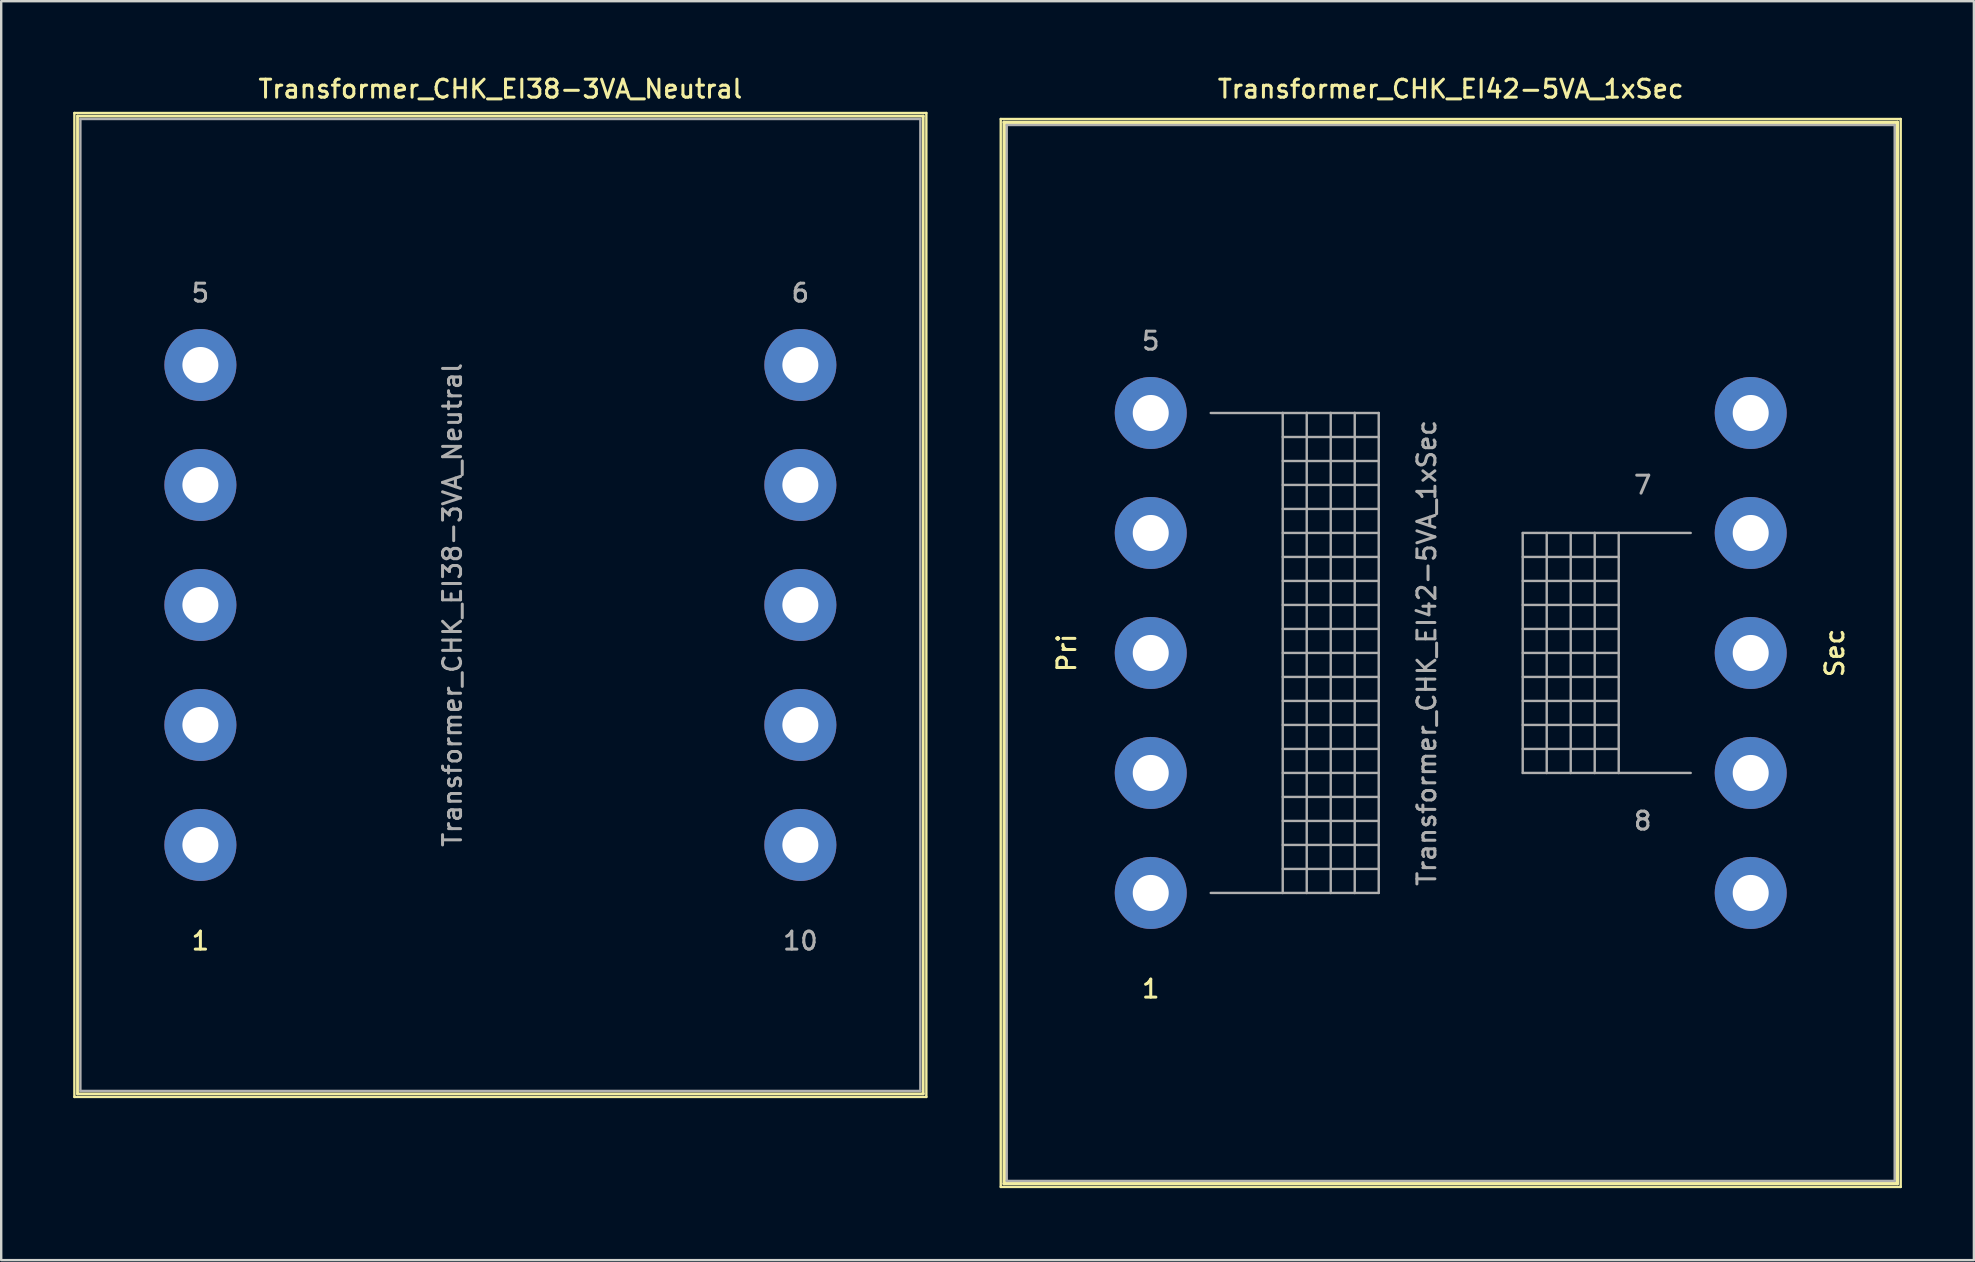
<source format=kicad_pcb>
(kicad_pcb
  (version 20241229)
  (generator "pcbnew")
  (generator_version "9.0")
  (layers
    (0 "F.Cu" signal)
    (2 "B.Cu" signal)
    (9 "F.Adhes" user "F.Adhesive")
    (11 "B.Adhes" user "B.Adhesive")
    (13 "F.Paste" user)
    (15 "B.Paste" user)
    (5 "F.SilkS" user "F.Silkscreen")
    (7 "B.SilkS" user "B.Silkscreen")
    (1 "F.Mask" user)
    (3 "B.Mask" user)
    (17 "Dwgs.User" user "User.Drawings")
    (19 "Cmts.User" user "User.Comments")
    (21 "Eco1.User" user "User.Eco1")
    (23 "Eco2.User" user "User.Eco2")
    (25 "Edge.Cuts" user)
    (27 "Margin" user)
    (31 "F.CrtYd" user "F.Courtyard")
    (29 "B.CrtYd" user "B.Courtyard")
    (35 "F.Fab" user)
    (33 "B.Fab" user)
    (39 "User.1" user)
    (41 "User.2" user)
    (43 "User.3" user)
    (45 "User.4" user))
  (footprint "Transformer_CHK_EI38-3VA_Neutral"
    (layer "F.Cu")
    (at 5.3 32.158)
    (property "Reference" "Transformer_CHK_EI38-3VA_Neutral" (at 12.5 -31.5 0) (layer "F.SilkS") (effects (font (size 0.75 0.75) (thickness 0.125))))
    (attr through_hole)
    (fp_line (start -5.25 -30.5) (end -5.25 10.5) (stroke (width 0.1) (type solid)) (layer "F.SilkS"))
    (fp_line (start -5.25 -30.5) (end 30.25 -30.5) (stroke (width 0.1) (type solid)) (layer "F.SilkS"))
    (fp_line (start -5.12 -30.37) (end -5.12 10.37) (stroke (width 0.12) (type solid)) (layer "F.SilkS"))
    (fp_line (start -5.12 -30.37) (end 30.12 -30.37) (stroke (width 0.12) (type solid)) (layer "F.SilkS"))
    (fp_line (start 30.12 10.37) (end -5.12 10.37) (stroke (width 0.12) (type solid)) (layer "F.SilkS"))
    (fp_line (start 30.12 10.37) (end 30.12 -30.37) (stroke (width 0.12) (type solid)) (layer "F.SilkS"))
    (fp_line (start 30.25 10.5) (end -5.25 10.5) (stroke (width 0.1) (type solid)) (layer "F.SilkS"))
    (fp_line (start 30.25 10.5) (end 30.25 -30.5) (stroke (width 0.1) (type solid)) (layer "F.SilkS"))
    (fp_line (start -5 -30.25) (end -5 10.25) (stroke (width 0.1) (type solid)) (layer "F.Fab"))
    (fp_line (start -5 10.25) (end 30 10.25) (stroke (width 0.1) (type solid)) (layer "F.Fab"))
    (fp_line (start 30 -30.25) (end -5 -30.25) (stroke (width 0.1) (type solid)) (layer "F.Fab"))
    (fp_line (start 30 10.25) (end 30 -30.25) (stroke (width 0.1) (type solid)) (layer "F.Fab"))
    (fp_text user "1" (at 0 4 0) (layer "F.SilkS") (effects (font (size 0.75 0.75) (thickness 0.125))))
    (fp_text user "6" (at 25 -23 0) (layer "F.Fab") (effects (font (size 0.75 0.75) (thickness 0.125))))
    (fp_text user "5" (at 0 -23 0) (layer "F.Fab") (effects (font (size 0.75 0.75) (thickness 0.125))))
    (fp_text user "10" (at 25 4 0) (layer "F.Fab") (effects (font (size 0.75 0.75) (thickness 0.125))))
    (fp_text user "${REFERENCE}" (at 10.5 -10 90) (layer "F.Fab") (effects (font (size 0.75 0.75) (thickness 0.125))))
    (pad "1" thru_hole circle (at 0 0) (size 3 3) (drill 1.5) (layers "*.Cu" "*.Mask"))
    (pad "2" thru_hole circle (at 0 -5) (size 3 3) (drill 1.5) (layers "*.Cu" "*.Mask"))
    (pad "3" thru_hole circle (at 0 -10) (size 3 3) (drill 1.5) (layers "*.Cu" "*.Mask"))
    (pad "4" thru_hole circle (at 0 -15) (size 3 3) (drill 1.5) (layers "*.Cu" "*.Mask"))
    (pad "5" thru_hole circle (at 0 -20) (size 3 3) (drill 1.5) (layers "*.Cu" "*.Mask"))
    (pad "6" thru_hole circle (at 25 -20) (size 3 3) (drill 1.5) (layers "*.Cu" "*.Mask"))
    (pad "7" thru_hole circle (at 25 -15) (size 3 3) (drill 1.5) (layers "*.Cu" "*.Mask"))
    (pad "8" thru_hole circle (at 25 -10) (size 3 3) (drill 1.5) (layers "*.Cu" "*.Mask"))
    (pad "9" thru_hole circle (at 25 -5) (size 3 3) (drill 1.5) (layers "*.Cu" "*.Mask"))
    (pad "10" thru_hole circle (at 25 0) (size 3 3) (drill 1.5) (layers "*.Cu" "*.Mask")))
  (footprint "Transformer_CHK_EI42-5VA_1xSec"
    (layer "F.Cu")
    (at 44.9 34.158)
    (property "Reference" "Transformer_CHK_EI42-5VA_1xSec" (at 12.5 -33.5 0) (layer "F.SilkS") (effects (font (size 0.75 0.75) (thickness 0.125))))
    (attr through_hole)
    (fp_line (start -6.25 -32.25) (end -6.25 12.25) (stroke (width 0.1) (type solid)) (layer "F.SilkS"))
    (fp_line (start -6.25 -32.25) (end 31.25 -32.25) (stroke (width 0.1) (type solid)) (layer "F.SilkS"))
    (fp_line (start -6.12 -32.12) (end -6.12 12.12) (stroke (width 0.12) (type solid)) (layer "F.SilkS"))
    (fp_line (start -6.12 -32.12) (end 31.12 -32.12) (stroke (width 0.12) (type solid)) (layer "F.SilkS"))
    (fp_line (start -6.05 -32.05) (end 31.05 -32.05) (stroke (width 0.12) (type solid)) (layer "F.SilkS"))
    (fp_line (start -6.05 12.05) (end -6.05 -32.05) (stroke (width 0.12) (type solid)) (layer "F.SilkS"))
    (fp_line (start 31.05 -32.05) (end 31.05 12.05) (stroke (width 0.12) (type solid)) (layer "F.SilkS"))
    (fp_line (start 31.05 12.05) (end -6.05 12.05) (stroke (width 0.12) (type solid)) (layer "F.SilkS"))
    (fp_line (start 31.12 12.12) (end -6.12 12.12) (stroke (width 0.12) (type solid)) (layer "F.SilkS"))
    (fp_line (start 31.12 12.12) (end 31.12 -32.12) (stroke (width 0.12) (type solid)) (layer "F.SilkS"))
    (fp_line (start 31.25 12.25) (end -6.25 12.25) (stroke (width 0.1) (type solid)) (layer "F.SilkS"))
    (fp_line (start 31.25 12.25) (end 31.25 -32.25) (stroke (width 0.1) (type solid)) (layer "F.SilkS"))
    (fp_line (start -6 -32) (end -6 12) (stroke (width 0.1) (type solid)) (layer "F.Fab"))
    (fp_line (start -6 12) (end 31 12) (stroke (width 0.1) (type solid)) (layer "F.Fab"))
    (fp_line (start 2.5 -20) (end 5.5 -20) (stroke (width 0.1) (type solid)) (layer "F.Fab"))
    (fp_line (start 5.5 -20) (end 5.5 0) (stroke (width 0.1) (type solid)) (layer "F.Fab"))
    (fp_line (start 5.5 -20) (end 6.5 -20) (stroke (width 0.1) (type solid)) (layer "F.Fab"))
    (fp_line (start 5.5 -19) (end 9.5 -19) (stroke (width 0.1) (type solid)) (layer "F.Fab"))
    (fp_line (start 5.5 -18) (end 9.5 -18) (stroke (width 0.1) (type solid)) (layer "F.Fab"))
    (fp_line (start 5.5 -17) (end 9.5 -17) (stroke (width 0.1) (type solid)) (layer "F.Fab"))
    (fp_line (start 5.5 -16) (end 9.5 -16) (stroke (width 0.1) (type solid)) (layer "F.Fab"))
    (fp_line (start 5.5 -15) (end 9.5 -15) (stroke (width 0.1) (type solid)) (layer "F.Fab"))
    (fp_line (start 5.5 -14) (end 9.5 -14) (stroke (width 0.1) (type solid)) (layer "F.Fab"))
    (fp_line (start 5.5 -13) (end 9.5 -13) (stroke (width 0.1) (type solid)) (layer "F.Fab"))
    (fp_line (start 5.5 -12) (end 9.5 -12) (stroke (width 0.1) (type solid)) (layer "F.Fab"))
    (fp_line (start 5.5 -11) (end 9.5 -11) (stroke (width 0.1) (type solid)) (layer "F.Fab"))
    (fp_line (start 5.5 -10) (end 9.5 -10) (stroke (width 0.1) (type solid)) (layer "F.Fab"))
    (fp_line (start 5.5 -9) (end 9.5 -9) (stroke (width 0.1) (type solid)) (layer "F.Fab"))
    (fp_line (start 5.5 -8) (end 9.5 -8) (stroke (width 0.1) (type solid)) (layer "F.Fab"))
    (fp_line (start 5.5 -7) (end 9.5 -7) (stroke (width 0.1) (type solid)) (layer "F.Fab"))
    (fp_line (start 5.5 -6) (end 9.5 -6) (stroke (width 0.1) (type solid)) (layer "F.Fab"))
    (fp_line (start 5.5 -5) (end 9.5 -5) (stroke (width 0.1) (type solid)) (layer "F.Fab"))
    (fp_line (start 5.5 -4) (end 9.5 -4) (stroke (width 0.1) (type solid)) (layer "F.Fab"))
    (fp_line (start 5.5 -3) (end 9.5 -3) (stroke (width 0.1) (type solid)) (layer "F.Fab"))
    (fp_line (start 5.5 -2) (end 9.5 -2) (stroke (width 0.1) (type solid)) (layer "F.Fab"))
    (fp_line (start 5.5 -1) (end 9.5 -1) (stroke (width 0.1) (type solid)) (layer "F.Fab"))
    (fp_line (start 5.5 0) (end 2.5 0) (stroke (width 0.1) (type solid)) (layer "F.Fab"))
    (fp_line (start 6.5 -20) (end 6.5 0) (stroke (width 0.1) (type solid)) (layer "F.Fab"))
    (fp_line (start 6.5 -20) (end 7.5 -20) (stroke (width 0.1) (type solid)) (layer "F.Fab"))
    (fp_line (start 6.5 0) (end 5.5 0) (stroke (width 0.1) (type solid)) (layer "F.Fab"))
    (fp_line (start 7.5 -20) (end 7.5 0) (stroke (width 0.1) (type solid)) (layer "F.Fab"))
    (fp_line (start 7.5 -20) (end 8.5 -20) (stroke (width 0.1) (type solid)) (layer "F.Fab"))
    (fp_line (start 7.5 0) (end 6.5 0) (stroke (width 0.1) (type solid)) (layer "F.Fab"))
    (fp_line (start 8.5 -20) (end 8.5 0) (stroke (width 0.1) (type solid)) (layer "F.Fab"))
    (fp_line (start 8.5 -20) (end 9.5 -20) (stroke (width 0.1) (type solid)) (layer "F.Fab"))
    (fp_line (start 8.5 0) (end 7.5 0) (stroke (width 0.1) (type solid)) (layer "F.Fab"))
    (fp_line (start 9.5 -20) (end 9.5 0) (stroke (width 0.1) (type solid)) (layer "F.Fab"))
    (fp_line (start 9.5 0) (end 8.5 0) (stroke (width 0.1) (type solid)) (layer "F.Fab"))
    (fp_line (start 15.5 -15) (end 15.5 -5) (stroke (width 0.1) (type solid)) (layer "F.Fab"))
    (fp_line (start 15.5 -14) (end 19.5 -14) (stroke (width 0.1) (type solid)) (layer "F.Fab"))
    (fp_line (start 15.5 -12) (end 19.5 -12) (stroke (width 0.1) (type solid)) (layer "F.Fab"))
    (fp_line (start 15.5 -10) (end 19.5 -10) (stroke (width 0.1) (type solid)) (layer "F.Fab"))
    (fp_line (start 15.5 -8) (end 19.5 -8) (stroke (width 0.1) (type solid)) (layer "F.Fab"))
    (fp_line (start 15.5 -6) (end 19.5 -6) (stroke (width 0.1) (type solid)) (layer "F.Fab"))
    (fp_line (start 15.5 -5) (end 16.5 -5) (stroke (width 0.1) (type solid)) (layer "F.Fab"))
    (fp_line (start 16.5 -15) (end 15.5 -15) (stroke (width 0.1) (type solid)) (layer "F.Fab"))
    (fp_line (start 16.5 -15) (end 16.5 -5) (stroke (width 0.1) (type solid)) (layer "F.Fab"))
    (fp_line (start 16.5 -5) (end 17.5 -5) (stroke (width 0.1) (type solid)) (layer "F.Fab"))
    (fp_line (start 17.5 -15) (end 16.5 -15) (stroke (width 0.1) (type solid)) (layer "F.Fab"))
    (fp_line (start 17.5 -15) (end 17.5 -5) (stroke (width 0.1) (type solid)) (layer "F.Fab"))
    (fp_line (start 17.5 -5) (end 18.5 -5) (stroke (width 0.1) (type solid)) (layer "F.Fab"))
    (fp_line (start 18.5 -15) (end 17.5 -15) (stroke (width 0.1) (type solid)) (layer "F.Fab"))
    (fp_line (start 18.5 -15) (end 18.5 -5) (stroke (width 0.1) (type solid)) (layer "F.Fab"))
    (fp_line (start 18.5 -5) (end 19.5 -5) (stroke (width 0.1) (type solid)) (layer "F.Fab"))
    (fp_line (start 19.5 -15) (end 18.5 -15) (stroke (width 0.1) (type solid)) (layer "F.Fab"))
    (fp_line (start 19.5 -15) (end 19.5 -5) (stroke (width 0.1) (type solid)) (layer "F.Fab"))
    (fp_line (start 19.5 -13) (end 15.5 -13) (stroke (width 0.1) (type solid)) (layer "F.Fab"))
    (fp_line (start 19.5 -11) (end 15.5 -11) (stroke (width 0.1) (type solid)) (layer "F.Fab"))
    (fp_line (start 19.5 -9) (end 15.5 -9) (stroke (width 0.1) (type solid)) (layer "F.Fab"))
    (fp_line (start 19.5 -7) (end 15.5 -7) (stroke (width 0.1) (type solid)) (layer "F.Fab"))
    (fp_line (start 19.5 -5) (end 22.5 -5) (stroke (width 0.1) (type solid)) (layer "F.Fab"))
    (fp_line (start 22.5 -15) (end 19.5 -15) (stroke (width 0.1) (type solid)) (layer "F.Fab"))
    (fp_line (start 31 -32) (end -6 -32) (stroke (width 0.1) (type solid)) (layer "F.Fab"))
    (fp_line (start 31 12) (end 31 -32) (stroke (width 0.1) (type solid)) (layer "F.Fab"))
    (fp_text user "Sec" (at 28.5 -10 90) (layer "F.SilkS") (effects (font (size 0.75 0.75) (thickness 0.125))))
    (fp_text user "Pri" (at -3.5 -10 90) (layer "F.SilkS") (effects (font (size 0.75 0.75) (thickness 0.125))))
    (fp_text user "1" (at 0 4 0) (layer "F.SilkS") (effects (font (size 0.75 0.75) (thickness 0.125))))
    (fp_text user "5" (at 0 -23 0) (layer "F.Fab") (effects (font (size 0.75 0.75) (thickness 0.125))))
    (fp_text user "8" (at 20.5 -3 0) (layer "F.Fab") (effects (font (size 0.75 0.75) (thickness 0.125))))
    (fp_text user "7" (at 20.5 -17 0) (layer "F.Fab") (effects (font (size 0.75 0.75) (thickness 0.125))))
    (fp_text user "${REFERENCE}" (at 11.5 -10 90) (layer "F.Fab") (effects (font (size 0.75 0.75) (thickness 0.125))))
    (pad "1" thru_hole circle (at 0 0) (size 3 3) (drill 1.5) (layers "*.Cu" "*.Mask"))
    (pad "2" thru_hole circle (at 0 -5) (size 3 3) (drill 1.5) (layers "*.Cu" "*.Mask"))
    (pad "3" thru_hole circle (at 0 -10) (size 3 3) (drill 1.5) (layers "*.Cu" "*.Mask"))
    (pad "4" thru_hole circle (at 0 -15) (size 3 3) (drill 1.5) (layers "*.Cu" "*.Mask"))
    (pad "5" thru_hole circle (at 0 -20) (size 3 3) (drill 1.5) (layers "*.Cu" "*.Mask"))
    (pad "6" thru_hole circle (at 25 -20) (size 3 3) (drill 1.5) (layers "*.Cu" "*.Mask"))
    (pad "7" thru_hole circle (at 25 -15) (size 3 3) (drill 1.5) (layers "*.Cu" "*.Mask"))
    (pad "8" thru_hole circle (at 25 -10) (size 3 3) (drill 1.5) (layers "*.Cu" "*.Mask"))
    (pad "9" thru_hole circle (at 25 -5) (size 3 3) (drill 1.5) (layers "*.Cu" "*.Mask"))
    (pad "10" thru_hole circle (at 25 0) (size 3 3) (drill 1.5) (layers "*.Cu" "*.Mask")))
  (gr_rect
    (start -3 -3)
    (end 79.2 49.458)
    (stroke (width 0.1) (type default))
    (fill no)
    (layer "Edge.Cuts")))
</source>
